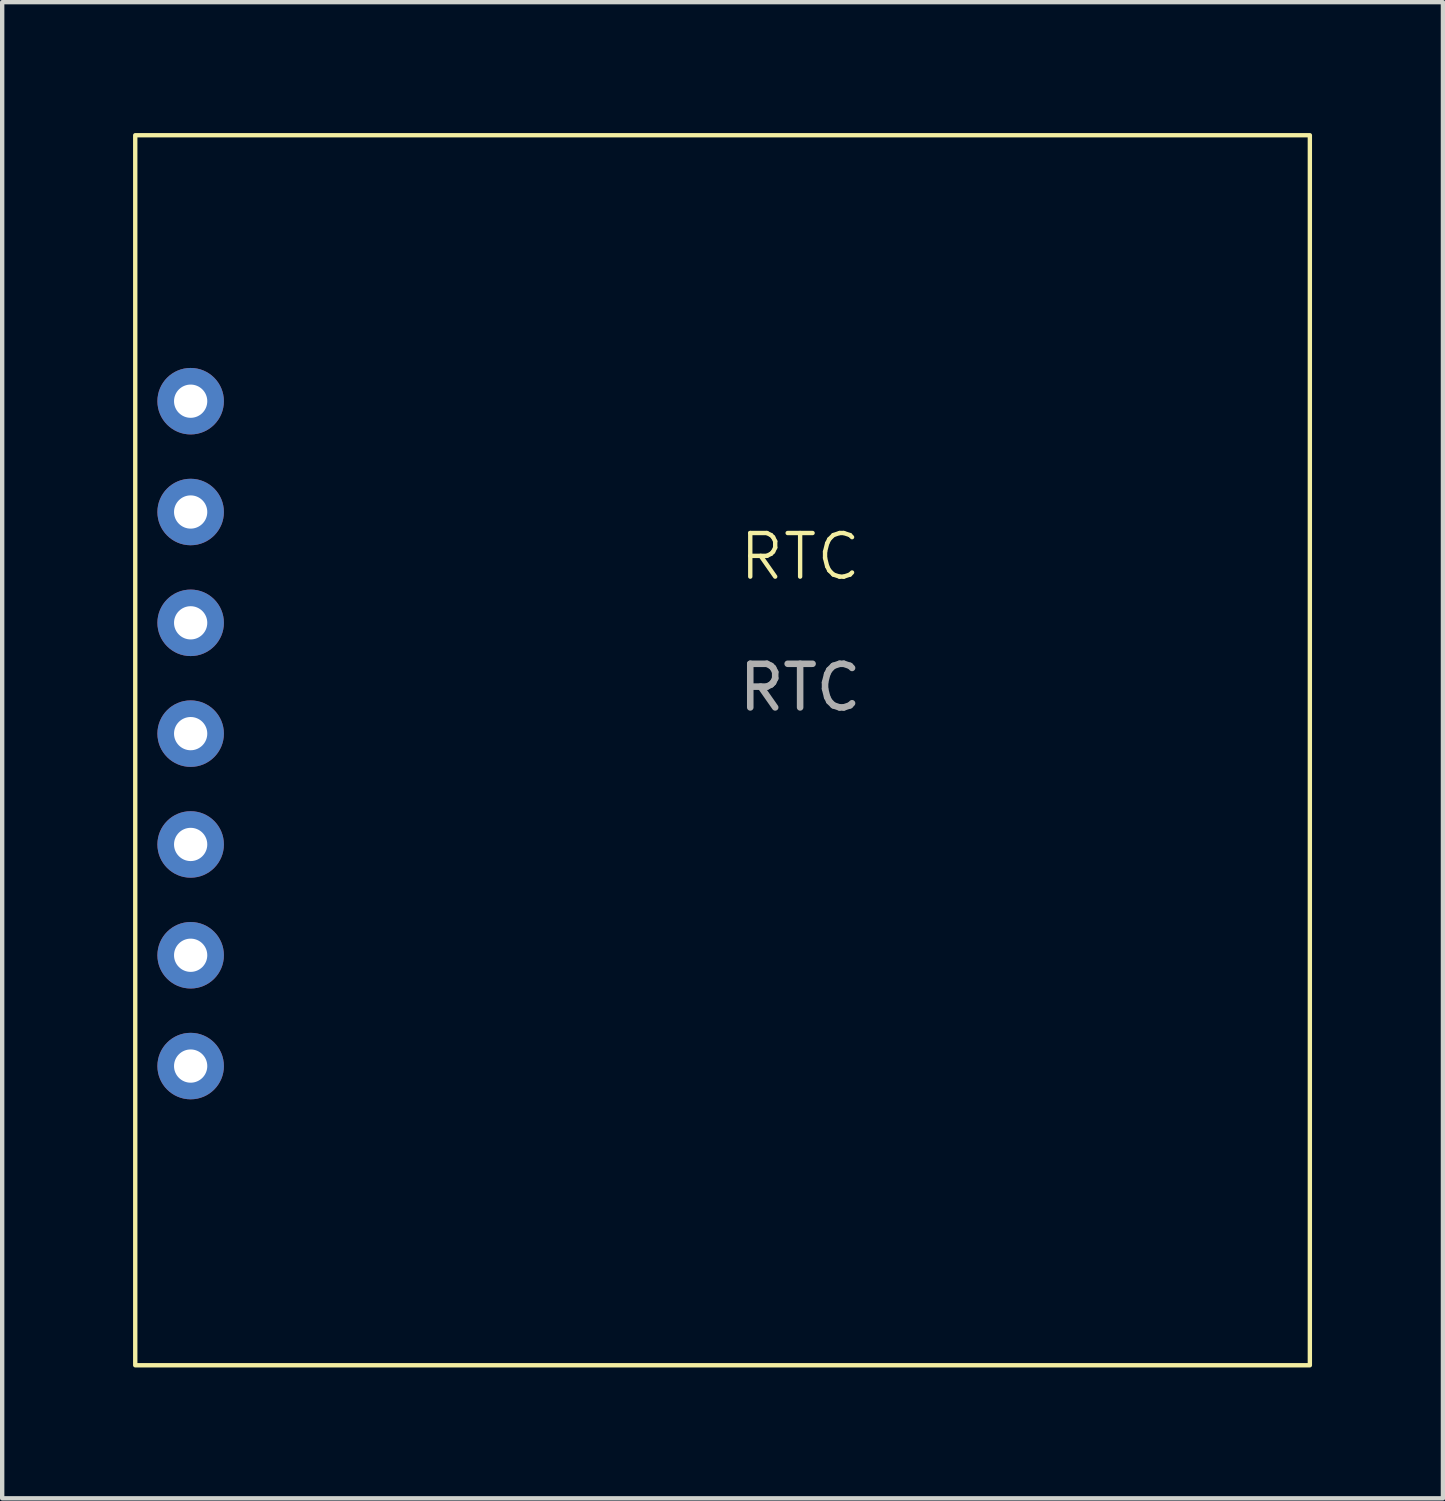
<source format=kicad_pcb>
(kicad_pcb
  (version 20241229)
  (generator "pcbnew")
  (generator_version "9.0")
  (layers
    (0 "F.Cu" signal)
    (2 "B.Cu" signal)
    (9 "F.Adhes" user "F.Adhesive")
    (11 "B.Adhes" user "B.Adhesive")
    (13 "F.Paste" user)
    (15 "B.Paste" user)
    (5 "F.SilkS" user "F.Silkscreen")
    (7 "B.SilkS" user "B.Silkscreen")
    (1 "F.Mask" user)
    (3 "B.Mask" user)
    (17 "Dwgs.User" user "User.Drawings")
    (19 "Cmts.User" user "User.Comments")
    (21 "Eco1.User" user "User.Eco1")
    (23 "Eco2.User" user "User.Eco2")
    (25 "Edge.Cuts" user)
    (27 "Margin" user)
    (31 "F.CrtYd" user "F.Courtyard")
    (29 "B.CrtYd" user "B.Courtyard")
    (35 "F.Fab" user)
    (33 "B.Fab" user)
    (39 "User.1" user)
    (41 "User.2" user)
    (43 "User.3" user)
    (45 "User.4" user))
  (footprint "RTC"
    (layer "F.Cu")
    (at 15.29 10.21)
    (property "Reference" "RTC" (at 0 -0.5 0) (unlocked yes) (layer "F.SilkS") (effects (font (size 1 1) (thickness 0.1))))
    (attr through_hole)
    (fp_rect (start -15.24 -10.16) (end 11.684 18.034) (stroke (width 0.1) (type default)) (fill no) (layer "F.SilkS"))
    (fp_text user "${REFERENCE}" (at 0 2.5 0) (unlocked yes) (layer "F.Fab") (effects (font (size 1 1) (thickness 0.15))))
    (pad "1" thru_hole circle (at -13.97 11.176) (size 1.524 1.524) (drill 0.762) (layers "*.Cu" "*.Mask"))
    (pad "2" thru_hole circle (at -13.97 8.636) (size 1.524 1.524) (drill 0.762) (layers "*.Cu" "*.Mask"))
    (pad "3" thru_hole circle (at -13.97 6.096) (size 1.524 1.524) (drill 0.762) (layers "*.Cu" "*.Mask"))
    (pad "4" thru_hole circle (at -13.97 3.556) (size 1.524 1.524) (drill 0.762) (layers "*.Cu" "*.Mask"))
    (pad "5" thru_hole circle (at -13.97 1.016) (size 1.524 1.524) (drill 0.762) (layers "*.Cu" "*.Mask"))
    (pad "6" thru_hole circle (at -13.97 -1.524) (size 1.524 1.524) (drill 0.762) (layers "*.Cu" "*.Mask"))
    (pad "7" thru_hole circle (at -13.97 -4.064) (size 1.524 1.524) (drill 0.762) (layers "*.Cu" "*.Mask")))
  (gr_rect
    (start -3 -3)
    (end 30.024 31.294)
    (stroke (width 0.1) (type default))
    (fill no)
    (layer "Edge.Cuts")))
</source>
